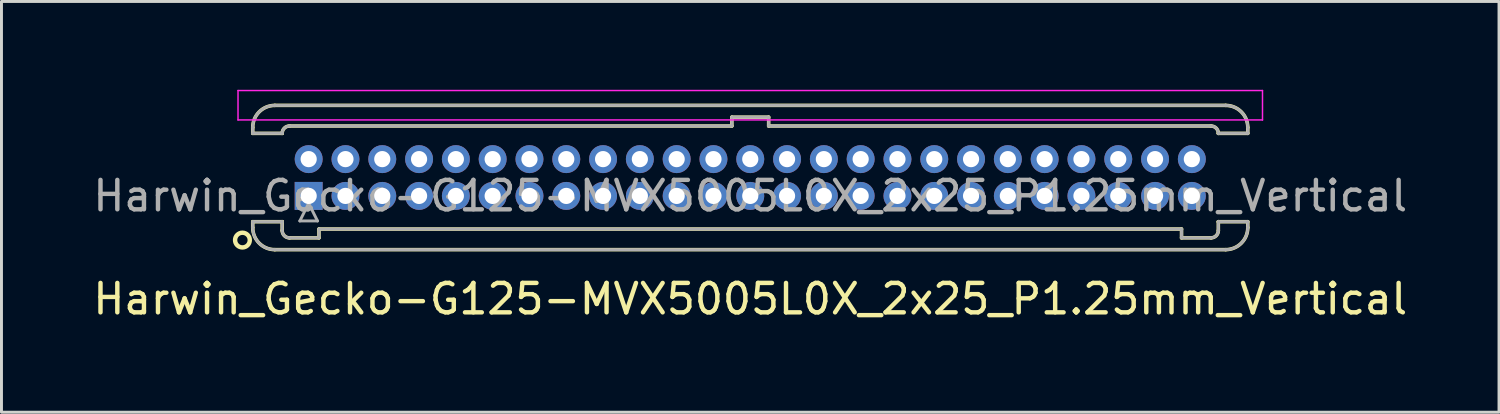
<source format=kicad_pcb>
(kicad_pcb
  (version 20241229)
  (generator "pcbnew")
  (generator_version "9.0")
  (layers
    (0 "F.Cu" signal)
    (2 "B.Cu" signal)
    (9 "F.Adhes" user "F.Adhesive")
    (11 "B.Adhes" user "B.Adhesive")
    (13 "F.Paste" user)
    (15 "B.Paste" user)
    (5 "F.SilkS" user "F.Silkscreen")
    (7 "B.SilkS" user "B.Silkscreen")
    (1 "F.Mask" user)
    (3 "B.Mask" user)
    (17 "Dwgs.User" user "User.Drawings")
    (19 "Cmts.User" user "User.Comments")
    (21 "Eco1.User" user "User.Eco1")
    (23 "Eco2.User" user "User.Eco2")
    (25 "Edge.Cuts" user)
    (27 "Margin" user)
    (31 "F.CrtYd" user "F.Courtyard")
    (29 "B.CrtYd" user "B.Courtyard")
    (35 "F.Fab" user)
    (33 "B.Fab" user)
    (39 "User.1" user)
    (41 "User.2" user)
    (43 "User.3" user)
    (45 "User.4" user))
  (footprint "Harwin_Gecko-G125-MVX5005L0X_2x25_P1.25mm_Vertical"
    (layer "F.Cu")
    (at 7.435 3.605)
    (property "Reference" "Harwin_Gecko-G125-MVX5005L0X_2x25_P1.25mm_Vertical" (at 15 3.5 0) (layer "F.SilkS") (effects (font (size 1 1) (thickness 0.15))))
    (attr through_hole)
    (fp_line (start -1.9 -2.325) (end -1.9 -2.125) (stroke (width 0.12) (type solid)) (layer "F.SilkS"))
    (fp_line (start -1.9 -2.125) (end -0.9 -2.125) (stroke (width 0.12) (type solid)) (layer "F.SilkS"))
    (fp_line (start -1.9 0.875) (end -0.9 0.875) (stroke (width 0.12) (type solid)) (layer "F.SilkS"))
    (fp_line (start -1.9 1.075) (end -1.9 0.875) (stroke (width 0.12) (type solid)) (layer "F.SilkS"))
    (fp_line (start -1.15 -3.075) (end 31.15 -3.075) (stroke (width 0.12) (type solid)) (layer "F.SilkS"))
    (fp_line (start -1.15 1.825) (end 31.15 1.825) (stroke (width 0.12) (type solid)) (layer "F.SilkS"))
    (fp_line (start -0.9 -2.125) (end -0.9 -2.125) (stroke (width 0.12) (type solid)) (layer "F.SilkS"))
    (fp_line (start -0.9 0.875) (end -0.9 0.875) (stroke (width 0.12) (type solid)) (layer "F.SilkS"))
    (fp_line (start -0.9 1.175) (end -0.9 0.875) (stroke (width 0.12) (type solid)) (layer "F.SilkS"))
    (fp_line (start -0.65 -2.375) (end 14.375 -2.375) (stroke (width 0.12) (type solid)) (layer "F.SilkS"))
    (fp_line (start -0.65 1.425) (end 0.35 1.425) (stroke (width 0.12) (type solid)) (layer "F.SilkS"))
    (fp_line (start 0.35 1.125) (end 29.65 1.125) (stroke (width 0.12) (type solid)) (layer "F.SilkS"))
    (fp_line (start 0.35 1.425) (end 0.35 1.125) (stroke (width 0.12) (type solid)) (layer "F.SilkS"))
    (fp_line (start 14.375 -2.675) (end 15.625 -2.675) (stroke (width 0.12) (type solid)) (layer "F.SilkS"))
    (fp_line (start 14.375 -2.375) (end 14.375 -2.675) (stroke (width 0.12) (type solid)) (layer "F.SilkS"))
    (fp_line (start 15.625 -2.675) (end 15.625 -2.375) (stroke (width 0.12) (type solid)) (layer "F.SilkS"))
    (fp_line (start 15.625 -2.375) (end 30.65 -2.375) (stroke (width 0.12) (type solid)) (layer "F.SilkS"))
    (fp_line (start 29.65 1.125) (end 29.65 1.425) (stroke (width 0.12) (type solid)) (layer "F.SilkS"))
    (fp_line (start 29.65 1.425) (end 30.65 1.425) (stroke (width 0.12) (type solid)) (layer "F.SilkS"))
    (fp_line (start 30.9 -2.125) (end 30.9 -2.125) (stroke (width 0.12) (type solid)) (layer "F.SilkS"))
    (fp_line (start 30.9 0.875) (end 30.9 0.875) (stroke (width 0.12) (type solid)) (layer "F.SilkS"))
    (fp_line (start 30.9 1.175) (end 30.9 0.875) (stroke (width 0.12) (type solid)) (layer "F.SilkS"))
    (fp_line (start 31.9 -2.325) (end 31.9 -2.125) (stroke (width 0.12) (type solid)) (layer "F.SilkS"))
    (fp_line (start 31.9 -2.125) (end 30.9 -2.125) (stroke (width 0.12) (type solid)) (layer "F.SilkS"))
    (fp_line (start 31.9 0.875) (end 30.9 0.875) (stroke (width 0.12) (type solid)) (layer "F.SilkS"))
    (fp_line (start 31.9 1.075) (end 31.9 0.875) (stroke (width 0.12) (type solid)) (layer "F.SilkS"))
    (fp_arc (start -1.9 -2.325) (mid -1.68033 -2.85533) (end -1.15 -3.075) (stroke (width 0.12) (type solid)) (layer "F.SilkS"))
    (fp_arc (start -1.15 1.825) (mid -1.68033 1.60533) (end -1.9 1.075) (stroke (width 0.12) (type solid)) (layer "F.SilkS"))
    (fp_arc (start -0.9 -2.125) (mid -0.826777 -2.301777) (end -0.65 -2.375) (stroke (width 0.12) (type solid)) (layer "F.SilkS"))
    (fp_arc (start -0.65 1.425) (mid -0.826777 1.351777) (end -0.9 1.175) (stroke (width 0.12) (type solid)) (layer "F.SilkS"))
    (fp_arc (start 30.65 -2.375) (mid 30.826777 -2.301777) (end 30.9 -2.125) (stroke (width 0.12) (type solid)) (layer "F.SilkS"))
    (fp_arc (start 30.9 1.175) (mid 30.826777 1.351777) (end 30.65 1.425) (stroke (width 0.12) (type solid)) (layer "F.SilkS"))
    (fp_arc (start 31.15 -3.075) (mid 31.68033 -2.85533) (end 31.9 -2.325) (stroke (width 0.12) (type solid)) (layer "F.SilkS"))
    (fp_arc (start 31.9 1.075) (mid 31.68033 1.60533) (end 31.15 1.825) (stroke (width 0.12) (type solid)) (layer "F.SilkS"))
    (fp_circle (center -2.25 1.5) (end -2 1.5) (stroke (width 0.15) (type solid)) (fill no) (layer "F.SilkS"))
    (fp_line (start -2.4 -3.58) (end -2.4 -2.58) (stroke (width 0.05) (type solid)) (layer "F.CrtYd"))
    (fp_line (start -2.4 -2.58) (end 32.4 -2.58) (stroke (width 0.05) (type solid)) (layer "F.CrtYd"))
    (fp_line (start 32.4 -3.58) (end -2.4 -3.58) (stroke (width 0.05) (type solid)) (layer "F.CrtYd"))
    (fp_line (start 32.4 -2.58) (end 32.4 -3.58) (stroke (width 0.05) (type solid)) (layer "F.CrtYd"))
    (fp_line (start -1.9 -2.325) (end -1.9 -2.125) (stroke (width 0.1) (type solid)) (layer "F.Fab"))
    (fp_line (start -1.9 -2.125) (end -0.9 -2.125) (stroke (width 0.1) (type solid)) (layer "F.Fab"))
    (fp_line (start -1.9 0.875) (end -0.9 0.875) (stroke (width 0.1) (type solid)) (layer "F.Fab"))
    (fp_line (start -1.9 1.075) (end -1.9 0.875) (stroke (width 0.1) (type solid)) (layer "F.Fab"))
    (fp_line (start -1.15 -3.075) (end 31.15 -3.075) (stroke (width 0.1) (type solid)) (layer "F.Fab"))
    (fp_line (start -1.15 1.825) (end 31.15 1.825) (stroke (width 0.1) (type solid)) (layer "F.Fab"))
    (fp_line (start -0.9 -2.125) (end -0.9 -2.125) (stroke (width 0.1) (type solid)) (layer "F.Fab"))
    (fp_line (start -0.9 0.875) (end -0.9 0.875) (stroke (width 0.1) (type solid)) (layer "F.Fab"))
    (fp_line (start -0.9 1.175) (end -0.9 0.875) (stroke (width 0.1) (type solid)) (layer "F.Fab"))
    (fp_line (start -0.65 -2.375) (end 14.375 -2.375) (stroke (width 0.1) (type solid)) (layer "F.Fab"))
    (fp_line (start -0.65 1.425) (end 0.35 1.425) (stroke (width 0.1) (type solid)) (layer "F.Fab"))
    (fp_line (start -0.3 0.85) (end 0.3 0.85) (stroke (width 0.1) (type solid)) (layer "F.Fab"))
    (fp_line (start 0 0.25) (end -0.3 0.85) (stroke (width 0.1) (type solid)) (layer "F.Fab"))
    (fp_line (start 0.3 0.85) (end 0 0.25) (stroke (width 0.1) (type solid)) (layer "F.Fab"))
    (fp_line (start 0.35 1.125) (end 29.65 1.125) (stroke (width 0.1) (type solid)) (layer "F.Fab"))
    (fp_line (start 0.35 1.425) (end 0.35 1.125) (stroke (width 0.1) (type solid)) (layer "F.Fab"))
    (fp_line (start 14.375 -2.675) (end 15.625 -2.675) (stroke (width 0.1) (type solid)) (layer "F.Fab"))
    (fp_line (start 14.375 -2.375) (end 14.375 -2.675) (stroke (width 0.1) (type solid)) (layer "F.Fab"))
    (fp_line (start 15.625 -2.675) (end 15.625 -2.375) (stroke (width 0.1) (type solid)) (layer "F.Fab"))
    (fp_line (start 15.625 -2.375) (end 30.65 -2.375) (stroke (width 0.1) (type solid)) (layer "F.Fab"))
    (fp_line (start 29.65 1.125) (end 29.65 1.425) (stroke (width 0.1) (type solid)) (layer "F.Fab"))
    (fp_line (start 29.65 1.425) (end 30.65 1.425) (stroke (width 0.1) (type solid)) (layer "F.Fab"))
    (fp_line (start 30.9 -2.125) (end 30.9 -2.125) (stroke (width 0.1) (type solid)) (layer "F.Fab"))
    (fp_line (start 30.9 0.875) (end 30.9 0.875) (stroke (width 0.1) (type solid)) (layer "F.Fab"))
    (fp_line (start 30.9 1.175) (end 30.9 0.875) (stroke (width 0.1) (type solid)) (layer "F.Fab"))
    (fp_line (start 31.9 -2.325) (end 31.9 -2.125) (stroke (width 0.1) (type solid)) (layer "F.Fab"))
    (fp_line (start 31.9 -2.125) (end 30.9 -2.125) (stroke (width 0.1) (type solid)) (layer "F.Fab"))
    (fp_line (start 31.9 0.875) (end 30.9 0.875) (stroke (width 0.1) (type solid)) (layer "F.Fab"))
    (fp_line (start 31.9 1.075) (end 31.9 0.875) (stroke (width 0.1) (type solid)) (layer "F.Fab"))
    (fp_arc (start -1.9 -2.325) (mid -1.68033 -2.85533) (end -1.15 -3.075) (stroke (width 0.1) (type solid)) (layer "F.Fab"))
    (fp_arc (start -1.15 1.825) (mid -1.68033 1.60533) (end -1.9 1.075) (stroke (width 0.1) (type solid)) (layer "F.Fab"))
    (fp_arc (start -0.9 -2.125) (mid -0.826777 -2.301777) (end -0.65 -2.375) (stroke (width 0.1) (type solid)) (layer "F.Fab"))
    (fp_arc (start -0.65 1.425) (mid -0.826777 1.351777) (end -0.9 1.175) (stroke (width 0.1) (type solid)) (layer "F.Fab"))
    (fp_arc (start 30.65 -2.375) (mid 30.826777 -2.301777) (end 30.9 -2.125) (stroke (width 0.1) (type solid)) (layer "F.Fab"))
    (fp_arc (start 30.9 1.175) (mid 30.826777 1.351777) (end 30.65 1.425) (stroke (width 0.1) (type solid)) (layer "F.Fab"))
    (fp_arc (start 31.15 -3.075) (mid 31.68033 -2.85533) (end 31.9 -2.325) (stroke (width 0.1) (type solid)) (layer "F.Fab"))
    (fp_arc (start 31.9 1.075) (mid 31.68033 1.60533) (end 31.15 1.825) (stroke (width 0.1) (type solid)) (layer "F.Fab"))
    (fp_text user "${REFERENCE}" (at 15 0 0) (layer "F.Fab") (effects (font (size 1 1) (thickness 0.15))))
    (pad "1" thru_hole rect (at 0 0) (size 0.95 0.95) (drill 0.55) (layers "*.Cu" "*.Mask"))
    (pad "2" thru_hole circle (at 0 -1.25) (size 0.95 0.95) (drill 0.55) (layers "*.Cu" "*.Mask"))
    (pad "3" thru_hole circle (at 1.25 0) (size 0.95 0.95) (drill 0.55) (layers "*.Cu" "*.Mask"))
    (pad "4" thru_hole circle (at 1.25 -1.25) (size 0.95 0.95) (drill 0.55) (layers "*.Cu" "*.Mask"))
    (pad "5" thru_hole circle (at 2.5 0) (size 0.95 0.95) (drill 0.55) (layers "*.Cu" "*.Mask"))
    (pad "6" thru_hole circle (at 2.5 -1.25) (size 0.95 0.95) (drill 0.55) (layers "*.Cu" "*.Mask"))
    (pad "7" thru_hole circle (at 3.75 0) (size 0.95 0.95) (drill 0.55) (layers "*.Cu" "*.Mask"))
    (pad "8" thru_hole circle (at 3.75 -1.25) (size 0.95 0.95) (drill 0.55) (layers "*.Cu" "*.Mask"))
    (pad "9" thru_hole circle (at 5 0) (size 0.95 0.95) (drill 0.55) (layers "*.Cu" "*.Mask"))
    (pad "10" thru_hole circle (at 5 -1.25) (size 0.95 0.95) (drill 0.55) (layers "*.Cu" "*.Mask"))
    (pad "11" thru_hole circle (at 6.25 0) (size 0.95 0.95) (drill 0.55) (layers "*.Cu" "*.Mask"))
    (pad "12" thru_hole circle (at 6.25 -1.25) (size 0.95 0.95) (drill 0.55) (layers "*.Cu" "*.Mask"))
    (pad "13" thru_hole circle (at 7.5 0) (size 0.95 0.95) (drill 0.55) (layers "*.Cu" "*.Mask"))
    (pad "14" thru_hole circle (at 7.5 -1.25) (size 0.95 0.95) (drill 0.55) (layers "*.Cu" "*.Mask"))
    (pad "15" thru_hole circle (at 8.75 0) (size 0.95 0.95) (drill 0.55) (layers "*.Cu" "*.Mask"))
    (pad "16" thru_hole circle (at 8.75 -1.25) (size 0.95 0.95) (drill 0.55) (layers "*.Cu" "*.Mask"))
    (pad "17" thru_hole circle (at 10 0) (size 0.95 0.95) (drill 0.55) (layers "*.Cu" "*.Mask"))
    (pad "18" thru_hole circle (at 10 -1.25) (size 0.95 0.95) (drill 0.55) (layers "*.Cu" "*.Mask"))
    (pad "19" thru_hole circle (at 11.25 0) (size 0.95 0.95) (drill 0.55) (layers "*.Cu" "*.Mask"))
    (pad "20" thru_hole circle (at 11.25 -1.25) (size 0.95 0.95) (drill 0.55) (layers "*.Cu" "*.Mask"))
    (pad "21" thru_hole circle (at 12.5 0) (size 0.95 0.95) (drill 0.55) (layers "*.Cu" "*.Mask"))
    (pad "22" thru_hole circle (at 12.5 -1.25) (size 0.95 0.95) (drill 0.55) (layers "*.Cu" "*.Mask"))
    (pad "23" thru_hole circle (at 13.75 0) (size 0.95 0.95) (drill 0.55) (layers "*.Cu" "*.Mask"))
    (pad "24" thru_hole circle (at 13.75 -1.25) (size 0.95 0.95) (drill 0.55) (layers "*.Cu" "*.Mask"))
    (pad "25" thru_hole circle (at 15 0) (size 0.95 0.95) (drill 0.55) (layers "*.Cu" "*.Mask"))
    (pad "26" thru_hole circle (at 15 -1.25) (size 0.95 0.95) (drill 0.55) (layers "*.Cu" "*.Mask"))
    (pad "27" thru_hole circle (at 16.25 0) (size 0.95 0.95) (drill 0.55) (layers "*.Cu" "*.Mask"))
    (pad "28" thru_hole circle (at 16.25 -1.25) (size 0.95 0.95) (drill 0.55) (layers "*.Cu" "*.Mask"))
    (pad "29" thru_hole circle (at 17.5 0) (size 0.95 0.95) (drill 0.55) (layers "*.Cu" "*.Mask"))
    (pad "30" thru_hole circle (at 17.5 -1.25) (size 0.95 0.95) (drill 0.55) (layers "*.Cu" "*.Mask"))
    (pad "31" thru_hole circle (at 18.75 0) (size 0.95 0.95) (drill 0.55) (layers "*.Cu" "*.Mask"))
    (pad "32" thru_hole circle (at 18.75 -1.25) (size 0.95 0.95) (drill 0.55) (layers "*.Cu" "*.Mask"))
    (pad "33" thru_hole circle (at 20 0) (size 0.95 0.95) (drill 0.55) (layers "*.Cu" "*.Mask"))
    (pad "34" thru_hole circle (at 20 -1.25) (size 0.95 0.95) (drill 0.55) (layers "*.Cu" "*.Mask"))
    (pad "35" thru_hole circle (at 21.25 0) (size 0.95 0.95) (drill 0.55) (layers "*.Cu" "*.Mask"))
    (pad "36" thru_hole circle (at 21.25 -1.25) (size 0.95 0.95) (drill 0.55) (layers "*.Cu" "*.Mask"))
    (pad "37" thru_hole circle (at 22.5 0) (size 0.95 0.95) (drill 0.55) (layers "*.Cu" "*.Mask"))
    (pad "38" thru_hole circle (at 22.5 -1.25) (size 0.95 0.95) (drill 0.55) (layers "*.Cu" "*.Mask"))
    (pad "39" thru_hole circle (at 23.75 0) (size 0.95 0.95) (drill 0.55) (layers "*.Cu" "*.Mask"))
    (pad "40" thru_hole circle (at 23.75 -1.25) (size 0.95 0.95) (drill 0.55) (layers "*.Cu" "*.Mask"))
    (pad "41" thru_hole circle (at 25 0) (size 0.95 0.95) (drill 0.55) (layers "*.Cu" "*.Mask"))
    (pad "42" thru_hole circle (at 25 -1.25) (size 0.95 0.95) (drill 0.55) (layers "*.Cu" "*.Mask"))
    (pad "43" thru_hole circle (at 26.25 0) (size 0.95 0.95) (drill 0.55) (layers "*.Cu" "*.Mask"))
    (pad "44" thru_hole circle (at 26.25 -1.25) (size 0.95 0.95) (drill 0.55) (layers "*.Cu" "*.Mask"))
    (pad "45" thru_hole circle (at 27.5 0) (size 0.95 0.95) (drill 0.55) (layers "*.Cu" "*.Mask"))
    (pad "46" thru_hole circle (at 27.5 -1.25) (size 0.95 0.95) (drill 0.55) (layers "*.Cu" "*.Mask"))
    (pad "47" thru_hole circle (at 28.75 0) (size 0.95 0.95) (drill 0.55) (layers "*.Cu" "*.Mask"))
    (pad "48" thru_hole circle (at 28.75 -1.25) (size 0.95 0.95) (drill 0.55) (layers "*.Cu" "*.Mask"))
    (pad "49" thru_hole circle (at 30 0) (size 0.95 0.95) (drill 0.55) (layers "*.Cu" "*.Mask"))
    (pad "50" thru_hole circle (at 30 -1.25) (size 0.95 0.95) (drill 0.55) (layers "*.Cu" "*.Mask")))
  (gr_rect
    (start -3 -3)
    (end 47.869 10.953)
    (stroke (width 0.1) (type default))
    (fill no)
    (layer "Edge.Cuts")))
</source>
